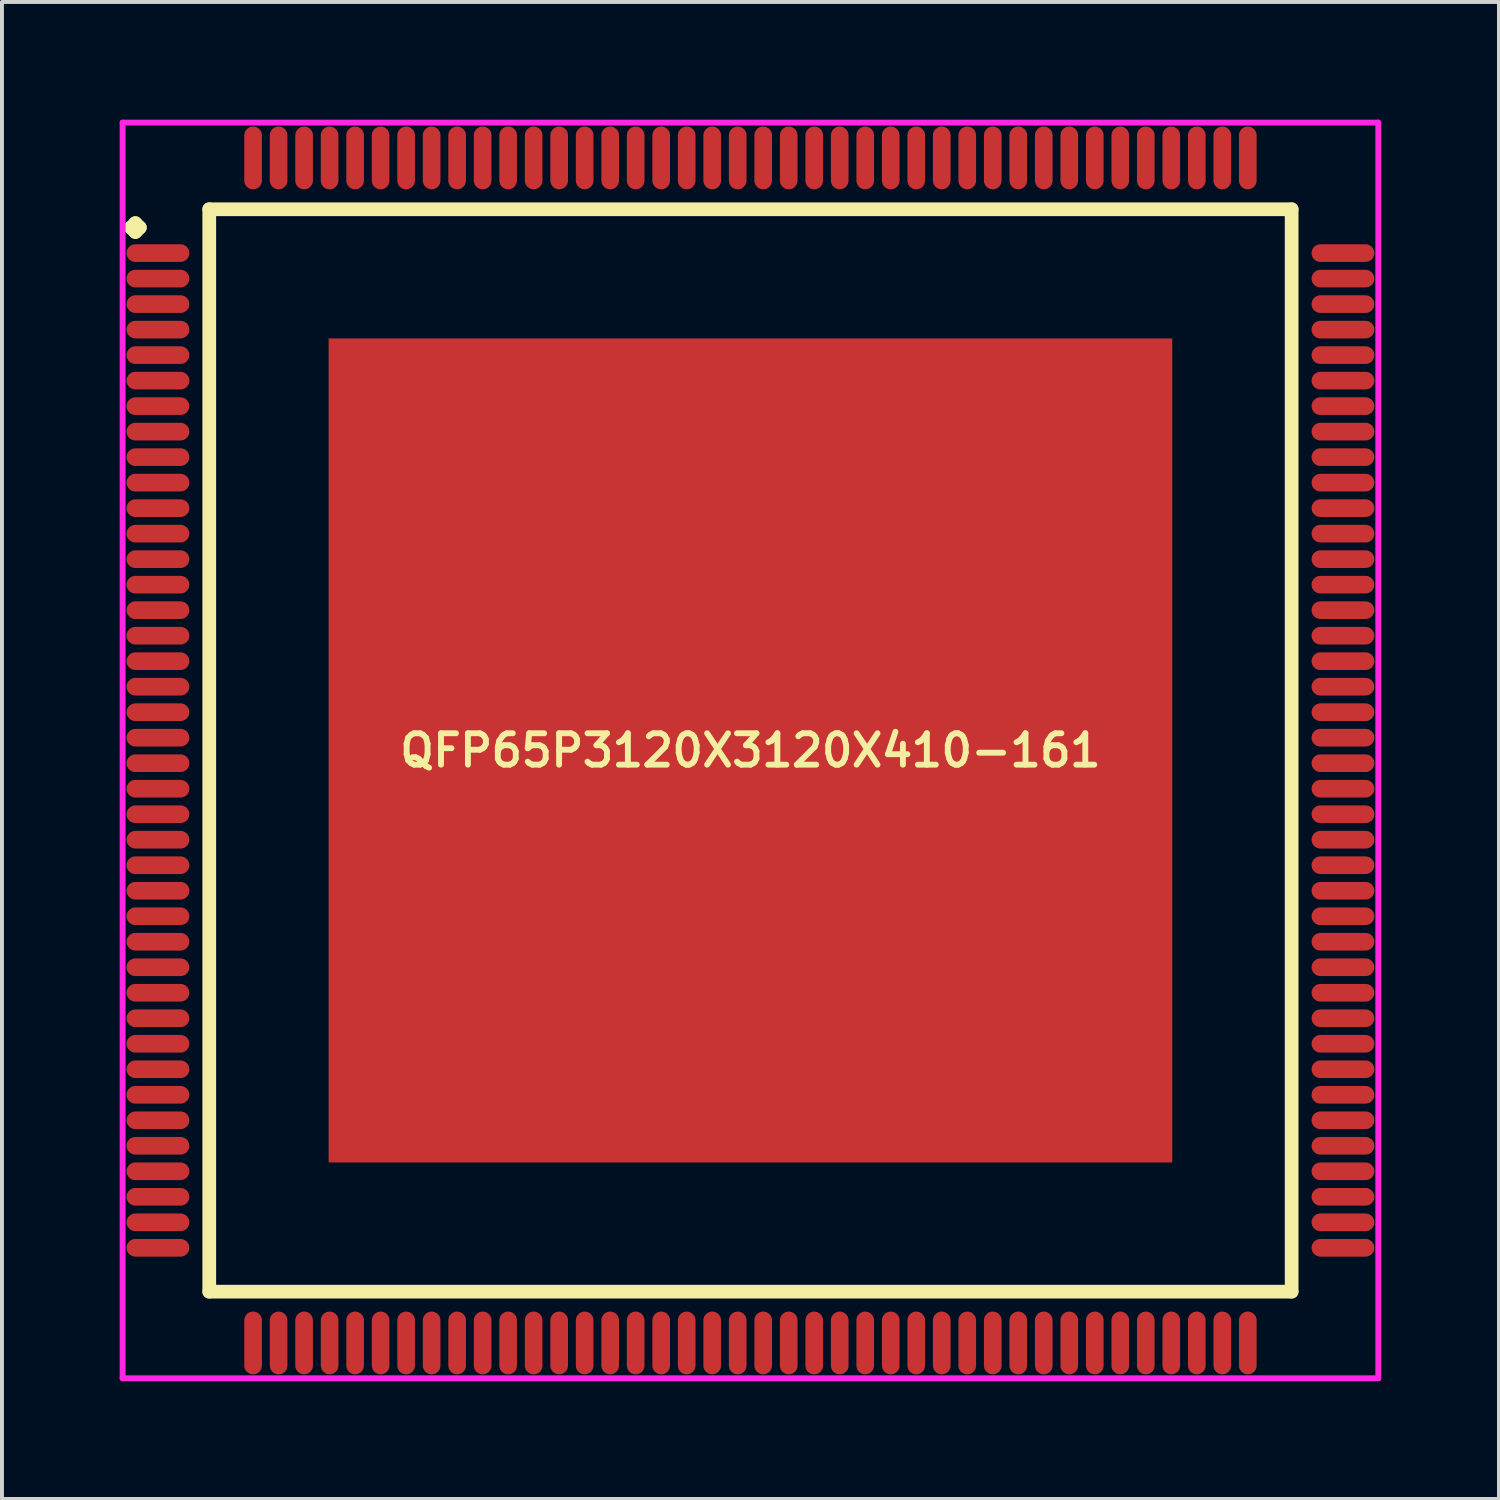
<source format=kicad_pcb>
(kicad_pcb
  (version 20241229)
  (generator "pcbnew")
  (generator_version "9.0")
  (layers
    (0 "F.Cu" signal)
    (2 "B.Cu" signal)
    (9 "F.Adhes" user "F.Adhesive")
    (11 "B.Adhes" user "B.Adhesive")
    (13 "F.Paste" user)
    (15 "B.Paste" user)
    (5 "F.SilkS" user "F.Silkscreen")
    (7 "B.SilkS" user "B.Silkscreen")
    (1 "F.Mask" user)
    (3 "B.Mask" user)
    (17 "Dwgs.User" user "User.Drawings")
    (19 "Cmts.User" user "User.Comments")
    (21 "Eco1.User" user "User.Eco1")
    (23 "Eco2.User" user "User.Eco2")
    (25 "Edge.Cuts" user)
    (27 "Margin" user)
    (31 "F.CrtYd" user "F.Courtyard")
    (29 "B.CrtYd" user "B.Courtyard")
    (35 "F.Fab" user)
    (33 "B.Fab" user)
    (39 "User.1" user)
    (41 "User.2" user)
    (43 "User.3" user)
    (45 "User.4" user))
  (footprint "QFP65P3120X3120X410-161"
    (layer "F.Cu")
    (at 16.075 16.075)
    (property "Reference" "QFP65P3120X3120X410-161" (at 0 0 0) (layer "F.SilkS") (effects (font (size 0.8 0.8) (thickness 0.15))))
    (attr smd)
    (fp_line (start -15.787 -13.325) (end -15.675 -13.438) (stroke (width 0.35) (type solid)) (layer "F.SilkS"))
    (fp_line (start -15.675 -13.438) (end -15.562 -13.325) (stroke (width 0.35) (type solid)) (layer "F.SilkS"))
    (fp_line (start -15.675 -13.213) (end -15.787 -13.325) (stroke (width 0.35) (type solid)) (layer "F.SilkS"))
    (fp_line (start -15.562 -13.325) (end -15.675 -13.213) (stroke (width 0.35) (type solid)) (layer "F.SilkS"))
    (fp_line (start -13.792 -13.792) (end -13.792 13.792) (stroke (width 0.35) (type solid)) (layer "F.SilkS"))
    (fp_line (start -13.792 13.792) (end 13.792 13.792) (stroke (width 0.35) (type solid)) (layer "F.SilkS"))
    (fp_line (start 13.792 -13.792) (end -13.792 -13.792) (stroke (width 0.35) (type solid)) (layer "F.SilkS"))
    (fp_line (start 13.792 13.792) (end 13.792 -13.792) (stroke (width 0.35) (type solid)) (layer "F.SilkS"))
    (fp_line (start -16 -16) (end 16 -16) (stroke (width 0.15) (type solid)) (layer "F.CrtYd"))
    (fp_line (start -16 16) (end -16 -16) (stroke (width 0.15) (type solid)) (layer "F.CrtYd"))
    (fp_line (start 16 -16) (end 16 16) (stroke (width 0.15) (type solid)) (layer "F.CrtYd"))
    (fp_line (start 16 16) (end -16 16) (stroke (width 0.15) (type solid)) (layer "F.CrtYd"))
    (pad "1" smd oval (at -15.1 -12.675) (size 1.6 0.45) (layers "F.Cu" "F.Mask" "F.Paste"))
    (pad "2" smd oval (at -15.1 -12.025) (size 1.6 0.45) (layers "F.Cu" "F.Mask" "F.Paste"))
    (pad "3" smd oval (at -15.1 -11.375) (size 1.6 0.45) (layers "F.Cu" "F.Mask" "F.Paste"))
    (pad "4" smd oval (at -15.1 -10.725) (size 1.6 0.45) (layers "F.Cu" "F.Mask" "F.Paste"))
    (pad "5" smd oval (at -15.1 -10.075) (size 1.6 0.45) (layers "F.Cu" "F.Mask" "F.Paste"))
    (pad "6" smd oval (at -15.1 -9.425) (size 1.6 0.45) (layers "F.Cu" "F.Mask" "F.Paste"))
    (pad "7" smd oval (at -15.1 -8.775) (size 1.6 0.45) (layers "F.Cu" "F.Mask" "F.Paste"))
    (pad "8" smd oval (at -15.1 -8.125) (size 1.6 0.45) (layers "F.Cu" "F.Mask" "F.Paste"))
    (pad "9" smd oval (at -15.1 -7.475) (size 1.6 0.45) (layers "F.Cu" "F.Mask" "F.Paste"))
    (pad "10" smd oval (at -15.1 -6.825) (size 1.6 0.45) (layers "F.Cu" "F.Mask" "F.Paste"))
    (pad "11" smd oval (at -15.1 -6.175) (size 1.6 0.45) (layers "F.Cu" "F.Mask" "F.Paste"))
    (pad "12" smd oval (at -15.1 -5.525) (size 1.6 0.45) (layers "F.Cu" "F.Mask" "F.Paste"))
    (pad "13" smd oval (at -15.1 -4.875) (size 1.6 0.45) (layers "F.Cu" "F.Mask" "F.Paste"))
    (pad "14" smd oval (at -15.1 -4.225) (size 1.6 0.45) (layers "F.Cu" "F.Mask" "F.Paste"))
    (pad "15" smd oval (at -15.1 -3.575) (size 1.6 0.45) (layers "F.Cu" "F.Mask" "F.Paste"))
    (pad "16" smd oval (at -15.1 -2.925) (size 1.6 0.45) (layers "F.Cu" "F.Mask" "F.Paste"))
    (pad "17" smd oval (at -15.1 -2.275) (size 1.6 0.45) (layers "F.Cu" "F.Mask" "F.Paste"))
    (pad "18" smd oval (at -15.1 -1.625) (size 1.6 0.45) (layers "F.Cu" "F.Mask" "F.Paste"))
    (pad "19" smd oval (at -15.1 -0.975) (size 1.6 0.45) (layers "F.Cu" "F.Mask" "F.Paste"))
    (pad "20" smd oval (at -15.1 -0.325) (size 1.6 0.45) (layers "F.Cu" "F.Mask" "F.Paste"))
    (pad "21" smd oval (at -15.1 0.325) (size 1.6 0.45) (layers "F.Cu" "F.Mask" "F.Paste"))
    (pad "22" smd oval (at -15.1 0.975) (size 1.6 0.45) (layers "F.Cu" "F.Mask" "F.Paste"))
    (pad "23" smd oval (at -15.1 1.625) (size 1.6 0.45) (layers "F.Cu" "F.Mask" "F.Paste"))
    (pad "24" smd oval (at -15.1 2.275) (size 1.6 0.45) (layers "F.Cu" "F.Mask" "F.Paste"))
    (pad "25" smd oval (at -15.1 2.925) (size 1.6 0.45) (layers "F.Cu" "F.Mask" "F.Paste"))
    (pad "26" smd oval (at -15.1 3.575) (size 1.6 0.45) (layers "F.Cu" "F.Mask" "F.Paste"))
    (pad "27" smd oval (at -15.1 4.225) (size 1.6 0.45) (layers "F.Cu" "F.Mask" "F.Paste"))
    (pad "28" smd oval (at -15.1 4.875) (size 1.6 0.45) (layers "F.Cu" "F.Mask" "F.Paste"))
    (pad "29" smd oval (at -15.1 5.525) (size 1.6 0.45) (layers "F.Cu" "F.Mask" "F.Paste"))
    (pad "30" smd oval (at -15.1 6.175) (size 1.6 0.45) (layers "F.Cu" "F.Mask" "F.Paste"))
    (pad "31" smd oval (at -15.1 6.825) (size 1.6 0.45) (layers "F.Cu" "F.Mask" "F.Paste"))
    (pad "32" smd oval (at -15.1 7.475) (size 1.6 0.45) (layers "F.Cu" "F.Mask" "F.Paste"))
    (pad "33" smd oval (at -15.1 8.125) (size 1.6 0.45) (layers "F.Cu" "F.Mask" "F.Paste"))
    (pad "34" smd oval (at -15.1 8.775) (size 1.6 0.45) (layers "F.Cu" "F.Mask" "F.Paste"))
    (pad "35" smd oval (at -15.1 9.425) (size 1.6 0.45) (layers "F.Cu" "F.Mask" "F.Paste"))
    (pad "36" smd oval (at -15.1 10.075) (size 1.6 0.45) (layers "F.Cu" "F.Mask" "F.Paste"))
    (pad "37" smd oval (at -15.1 10.725) (size 1.6 0.45) (layers "F.Cu" "F.Mask" "F.Paste"))
    (pad "38" smd oval (at -15.1 11.375) (size 1.6 0.45) (layers "F.Cu" "F.Mask" "F.Paste"))
    (pad "39" smd oval (at -15.1 12.025) (size 1.6 0.45) (layers "F.Cu" "F.Mask" "F.Paste"))
    (pad "40" smd oval (at -15.1 12.675) (size 1.6 0.45) (layers "F.Cu" "F.Mask" "F.Paste"))
    (pad "41" smd oval (at -12.675 15.1) (size 0.45 1.6) (layers "F.Cu" "F.Mask" "F.Paste"))
    (pad "42" smd oval (at -12.025 15.1) (size 0.45 1.6) (layers "F.Cu" "F.Mask" "F.Paste"))
    (pad "43" smd oval (at -11.375 15.1) (size 0.45 1.6) (layers "F.Cu" "F.Mask" "F.Paste"))
    (pad "44" smd oval (at -10.725 15.1) (size 0.45 1.6) (layers "F.Cu" "F.Mask" "F.Paste"))
    (pad "45" smd oval (at -10.075 15.1) (size 0.45 1.6) (layers "F.Cu" "F.Mask" "F.Paste"))
    (pad "46" smd oval (at -9.425 15.1) (size 0.45 1.6) (layers "F.Cu" "F.Mask" "F.Paste"))
    (pad "47" smd oval (at -8.775 15.1) (size 0.45 1.6) (layers "F.Cu" "F.Mask" "F.Paste"))
    (pad "48" smd oval (at -8.125 15.1) (size 0.45 1.6) (layers "F.Cu" "F.Mask" "F.Paste"))
    (pad "49" smd oval (at -7.475 15.1) (size 0.45 1.6) (layers "F.Cu" "F.Mask" "F.Paste"))
    (pad "50" smd oval (at -6.825 15.1) (size 0.45 1.6) (layers "F.Cu" "F.Mask" "F.Paste"))
    (pad "51" smd oval (at -6.175 15.1) (size 0.45 1.6) (layers "F.Cu" "F.Mask" "F.Paste"))
    (pad "52" smd oval (at -5.525 15.1) (size 0.45 1.6) (layers "F.Cu" "F.Mask" "F.Paste"))
    (pad "53" smd oval (at -4.875 15.1) (size 0.45 1.6) (layers "F.Cu" "F.Mask" "F.Paste"))
    (pad "54" smd oval (at -4.225 15.1) (size 0.45 1.6) (layers "F.Cu" "F.Mask" "F.Paste"))
    (pad "55" smd oval (at -3.575 15.1) (size 0.45 1.6) (layers "F.Cu" "F.Mask" "F.Paste"))
    (pad "56" smd oval (at -2.925 15.1) (size 0.45 1.6) (layers "F.Cu" "F.Mask" "F.Paste"))
    (pad "57" smd oval (at -2.275 15.1) (size 0.45 1.6) (layers "F.Cu" "F.Mask" "F.Paste"))
    (pad "58" smd oval (at -1.625 15.1) (size 0.45 1.6) (layers "F.Cu" "F.Mask" "F.Paste"))
    (pad "59" smd oval (at -0.975 15.1) (size 0.45 1.6) (layers "F.Cu" "F.Mask" "F.Paste"))
    (pad "60" smd oval (at -0.325 15.1) (size 0.45 1.6) (layers "F.Cu" "F.Mask" "F.Paste"))
    (pad "61" smd oval (at 0.325 15.1) (size 0.45 1.6) (layers "F.Cu" "F.Mask" "F.Paste"))
    (pad "62" smd oval (at 0.975 15.1) (size 0.45 1.6) (layers "F.Cu" "F.Mask" "F.Paste"))
    (pad "63" smd oval (at 1.625 15.1) (size 0.45 1.6) (layers "F.Cu" "F.Mask" "F.Paste"))
    (pad "64" smd oval (at 2.275 15.1) (size 0.45 1.6) (layers "F.Cu" "F.Mask" "F.Paste"))
    (pad "65" smd oval (at 2.925 15.1) (size 0.45 1.6) (layers "F.Cu" "F.Mask" "F.Paste"))
    (pad "66" smd oval (at 3.575 15.1) (size 0.45 1.6) (layers "F.Cu" "F.Mask" "F.Paste"))
    (pad "67" smd oval (at 4.225 15.1) (size 0.45 1.6) (layers "F.Cu" "F.Mask" "F.Paste"))
    (pad "68" smd oval (at 4.875 15.1) (size 0.45 1.6) (layers "F.Cu" "F.Mask" "F.Paste"))
    (pad "69" smd oval (at 5.525 15.1) (size 0.45 1.6) (layers "F.Cu" "F.Mask" "F.Paste"))
    (pad "70" smd oval (at 6.175 15.1) (size 0.45 1.6) (layers "F.Cu" "F.Mask" "F.Paste"))
    (pad "71" smd oval (at 6.825 15.1) (size 0.45 1.6) (layers "F.Cu" "F.Mask" "F.Paste"))
    (pad "72" smd oval (at 7.475 15.1) (size 0.45 1.6) (layers "F.Cu" "F.Mask" "F.Paste"))
    (pad "73" smd oval (at 8.125 15.1) (size 0.45 1.6) (layers "F.Cu" "F.Mask" "F.Paste"))
    (pad "74" smd oval (at 8.775 15.1) (size 0.45 1.6) (layers "F.Cu" "F.Mask" "F.Paste"))
    (pad "75" smd oval (at 9.425 15.1) (size 0.45 1.6) (layers "F.Cu" "F.Mask" "F.Paste"))
    (pad "76" smd oval (at 10.075 15.1) (size 0.45 1.6) (layers "F.Cu" "F.Mask" "F.Paste"))
    (pad "77" smd oval (at 10.725 15.1) (size 0.45 1.6) (layers "F.Cu" "F.Mask" "F.Paste"))
    (pad "78" smd oval (at 11.375 15.1) (size 0.45 1.6) (layers "F.Cu" "F.Mask" "F.Paste"))
    (pad "79" smd oval (at 12.025 15.1) (size 0.45 1.6) (layers "F.Cu" "F.Mask" "F.Paste"))
    (pad "80" smd oval (at 12.675 15.1) (size 0.45 1.6) (layers "F.Cu" "F.Mask" "F.Paste"))
    (pad "81" smd oval (at 15.1 12.675) (size 1.6 0.45) (layers "F.Cu" "F.Mask" "F.Paste"))
    (pad "82" smd oval (at 15.1 12.025) (size 1.6 0.45) (layers "F.Cu" "F.Mask" "F.Paste"))
    (pad "83" smd oval (at 15.1 11.375) (size 1.6 0.45) (layers "F.Cu" "F.Mask" "F.Paste"))
    (pad "84" smd oval (at 15.1 10.725) (size 1.6 0.45) (layers "F.Cu" "F.Mask" "F.Paste"))
    (pad "85" smd oval (at 15.1 10.075) (size 1.6 0.45) (layers "F.Cu" "F.Mask" "F.Paste"))
    (pad "86" smd oval (at 15.1 9.425) (size 1.6 0.45) (layers "F.Cu" "F.Mask" "F.Paste"))
    (pad "87" smd oval (at 15.1 8.775) (size 1.6 0.45) (layers "F.Cu" "F.Mask" "F.Paste"))
    (pad "88" smd oval (at 15.1 8.125) (size 1.6 0.45) (layers "F.Cu" "F.Mask" "F.Paste"))
    (pad "89" smd oval (at 15.1 7.475) (size 1.6 0.45) (layers "F.Cu" "F.Mask" "F.Paste"))
    (pad "90" smd oval (at 15.1 6.825) (size 1.6 0.45) (layers "F.Cu" "F.Mask" "F.Paste"))
    (pad "91" smd oval (at 15.1 6.175) (size 1.6 0.45) (layers "F.Cu" "F.Mask" "F.Paste"))
    (pad "92" smd oval (at 15.1 5.525) (size 1.6 0.45) (layers "F.Cu" "F.Mask" "F.Paste"))
    (pad "93" smd oval (at 15.1 4.875) (size 1.6 0.45) (layers "F.Cu" "F.Mask" "F.Paste"))
    (pad "94" smd oval (at 15.1 4.225) (size 1.6 0.45) (layers "F.Cu" "F.Mask" "F.Paste"))
    (pad "95" smd oval (at 15.1 3.575) (size 1.6 0.45) (layers "F.Cu" "F.Mask" "F.Paste"))
    (pad "96" smd oval (at 15.1 2.925) (size 1.6 0.45) (layers "F.Cu" "F.Mask" "F.Paste"))
    (pad "97" smd oval (at 15.1 2.275) (size 1.6 0.45) (layers "F.Cu" "F.Mask" "F.Paste"))
    (pad "98" smd oval (at 15.1 1.625) (size 1.6 0.45) (layers "F.Cu" "F.Mask" "F.Paste"))
    (pad "99" smd oval (at 15.1 0.975) (size 1.6 0.45) (layers "F.Cu" "F.Mask" "F.Paste"))
    (pad "100" smd oval (at 15.1 0.325) (size 1.6 0.45) (layers "F.Cu" "F.Mask" "F.Paste"))
    (pad "101" smd oval (at 15.1 -0.325) (size 1.6 0.45) (layers "F.Cu" "F.Mask" "F.Paste"))
    (pad "102" smd oval (at 15.1 -0.975) (size 1.6 0.45) (layers "F.Cu" "F.Mask" "F.Paste"))
    (pad "103" smd oval (at 15.1 -1.625) (size 1.6 0.45) (layers "F.Cu" "F.Mask" "F.Paste"))
    (pad "104" smd oval (at 15.1 -2.275) (size 1.6 0.45) (layers "F.Cu" "F.Mask" "F.Paste"))
    (pad "105" smd oval (at 15.1 -2.925) (size 1.6 0.45) (layers "F.Cu" "F.Mask" "F.Paste"))
    (pad "106" smd oval (at 15.1 -3.575) (size 1.6 0.45) (layers "F.Cu" "F.Mask" "F.Paste"))
    (pad "107" smd oval (at 15.1 -4.225) (size 1.6 0.45) (layers "F.Cu" "F.Mask" "F.Paste"))
    (pad "108" smd oval (at 15.1 -4.875) (size 1.6 0.45) (layers "F.Cu" "F.Mask" "F.Paste"))
    (pad "109" smd oval (at 15.1 -5.525) (size 1.6 0.45) (layers "F.Cu" "F.Mask" "F.Paste"))
    (pad "110" smd oval (at 15.1 -6.175) (size 1.6 0.45) (layers "F.Cu" "F.Mask" "F.Paste"))
    (pad "111" smd oval (at 15.1 -6.825) (size 1.6 0.45) (layers "F.Cu" "F.Mask" "F.Paste"))
    (pad "112" smd oval (at 15.1 -7.475) (size 1.6 0.45) (layers "F.Cu" "F.Mask" "F.Paste"))
    (pad "113" smd oval (at 15.1 -8.125) (size 1.6 0.45) (layers "F.Cu" "F.Mask" "F.Paste"))
    (pad "114" smd oval (at 15.1 -8.775) (size 1.6 0.45) (layers "F.Cu" "F.Mask" "F.Paste"))
    (pad "115" smd oval (at 15.1 -9.425) (size 1.6 0.45) (layers "F.Cu" "F.Mask" "F.Paste"))
    (pad "116" smd oval (at 15.1 -10.075) (size 1.6 0.45) (layers "F.Cu" "F.Mask" "F.Paste"))
    (pad "117" smd oval (at 15.1 -10.725) (size 1.6 0.45) (layers "F.Cu" "F.Mask" "F.Paste"))
    (pad "118" smd oval (at 15.1 -11.375) (size 1.6 0.45) (layers "F.Cu" "F.Mask" "F.Paste"))
    (pad "119" smd oval (at 15.1 -12.025) (size 1.6 0.45) (layers "F.Cu" "F.Mask" "F.Paste"))
    (pad "120" smd oval (at 15.1 -12.675) (size 1.6 0.45) (layers "F.Cu" "F.Mask" "F.Paste"))
    (pad "121" smd oval (at 12.675 -15.1) (size 0.45 1.6) (layers "F.Cu" "F.Mask" "F.Paste"))
    (pad "122" smd oval (at 12.025 -15.1) (size 0.45 1.6) (layers "F.Cu" "F.Mask" "F.Paste"))
    (pad "123" smd oval (at 11.375 -15.1) (size 0.45 1.6) (layers "F.Cu" "F.Mask" "F.Paste"))
    (pad "124" smd oval (at 10.725 -15.1) (size 0.45 1.6) (layers "F.Cu" "F.Mask" "F.Paste"))
    (pad "125" smd oval (at 10.075 -15.1) (size 0.45 1.6) (layers "F.Cu" "F.Mask" "F.Paste"))
    (pad "126" smd oval (at 9.425 -15.1) (size 0.45 1.6) (layers "F.Cu" "F.Mask" "F.Paste"))
    (pad "127" smd oval (at 8.775 -15.1) (size 0.45 1.6) (layers "F.Cu" "F.Mask" "F.Paste"))
    (pad "128" smd oval (at 8.125 -15.1) (size 0.45 1.6) (layers "F.Cu" "F.Mask" "F.Paste"))
    (pad "129" smd oval (at 7.475 -15.1) (size 0.45 1.6) (layers "F.Cu" "F.Mask" "F.Paste"))
    (pad "130" smd oval (at 6.825 -15.1) (size 0.45 1.6) (layers "F.Cu" "F.Mask" "F.Paste"))
    (pad "131" smd oval (at 6.175 -15.1) (size 0.45 1.6) (layers "F.Cu" "F.Mask" "F.Paste"))
    (pad "132" smd oval (at 5.525 -15.1) (size 0.45 1.6) (layers "F.Cu" "F.Mask" "F.Paste"))
    (pad "133" smd oval (at 4.875 -15.1) (size 0.45 1.6) (layers "F.Cu" "F.Mask" "F.Paste"))
    (pad "134" smd oval (at 4.225 -15.1) (size 0.45 1.6) (layers "F.Cu" "F.Mask" "F.Paste"))
    (pad "135" smd oval (at 3.575 -15.1) (size 0.45 1.6) (layers "F.Cu" "F.Mask" "F.Paste"))
    (pad "136" smd oval (at 2.925 -15.1) (size 0.45 1.6) (layers "F.Cu" "F.Mask" "F.Paste"))
    (pad "137" smd oval (at 2.275 -15.1) (size 0.45 1.6) (layers "F.Cu" "F.Mask" "F.Paste"))
    (pad "138" smd oval (at 1.625 -15.1) (size 0.45 1.6) (layers "F.Cu" "F.Mask" "F.Paste"))
    (pad "139" smd oval (at 0.975 -15.1) (size 0.45 1.6) (layers "F.Cu" "F.Mask" "F.Paste"))
    (pad "140" smd oval (at 0.325 -15.1) (size 0.45 1.6) (layers "F.Cu" "F.Mask" "F.Paste"))
    (pad "141" smd oval (at -0.325 -15.1) (size 0.45 1.6) (layers "F.Cu" "F.Mask" "F.Paste"))
    (pad "142" smd oval (at -0.975 -15.1) (size 0.45 1.6) (layers "F.Cu" "F.Mask" "F.Paste"))
    (pad "143" smd oval (at -1.625 -15.1) (size 0.45 1.6) (layers "F.Cu" "F.Mask" "F.Paste"))
    (pad "144" smd oval (at -2.275 -15.1) (size 0.45 1.6) (layers "F.Cu" "F.Mask" "F.Paste"))
    (pad "145" smd oval (at -2.925 -15.1) (size 0.45 1.6) (layers "F.Cu" "F.Mask" "F.Paste"))
    (pad "146" smd oval (at -3.575 -15.1) (size 0.45 1.6) (layers "F.Cu" "F.Mask" "F.Paste"))
    (pad "147" smd oval (at -4.225 -15.1) (size 0.45 1.6) (layers "F.Cu" "F.Mask" "F.Paste"))
    (pad "148" smd oval (at -4.875 -15.1) (size 0.45 1.6) (layers "F.Cu" "F.Mask" "F.Paste"))
    (pad "149" smd oval (at -5.525 -15.1) (size 0.45 1.6) (layers "F.Cu" "F.Mask" "F.Paste"))
    (pad "150" smd oval (at -6.175 -15.1) (size 0.45 1.6) (layers "F.Cu" "F.Mask" "F.Paste"))
    (pad "151" smd oval (at -6.825 -15.1) (size 0.45 1.6) (layers "F.Cu" "F.Mask" "F.Paste"))
    (pad "152" smd oval (at -7.475 -15.1) (size 0.45 1.6) (layers "F.Cu" "F.Mask" "F.Paste"))
    (pad "153" smd oval (at -8.125 -15.1) (size 0.45 1.6) (layers "F.Cu" "F.Mask" "F.Paste"))
    (pad "154" smd oval (at -8.775 -15.1) (size 0.45 1.6) (layers "F.Cu" "F.Mask" "F.Paste"))
    (pad "155" smd oval (at -9.425 -15.1) (size 0.45 1.6) (layers "F.Cu" "F.Mask" "F.Paste"))
    (pad "156" smd oval (at -10.075 -15.1) (size 0.45 1.6) (layers "F.Cu" "F.Mask" "F.Paste"))
    (pad "157" smd oval (at -10.725 -15.1) (size 0.45 1.6) (layers "F.Cu" "F.Mask" "F.Paste"))
    (pad "158" smd oval (at -11.375 -15.1) (size 0.45 1.6) (layers "F.Cu" "F.Mask" "F.Paste"))
    (pad "159" smd oval (at -12.025 -15.1) (size 0.45 1.6) (layers "F.Cu" "F.Mask" "F.Paste"))
    (pad "160" smd oval (at -12.675 -15.1) (size 0.45 1.6) (layers "F.Cu" "F.Mask" "F.Paste"))
    (pad "161" smd rect (at 0 0) (size 21.5 21) (layers "F.Cu" "F.Mask" "F.Paste")))
  (gr_rect
    (start -3 -3)
    (end 35.15 35.15)
    (stroke (width 0.1) (type default))
    (fill no)
    (layer "Edge.Cuts")))
</source>
